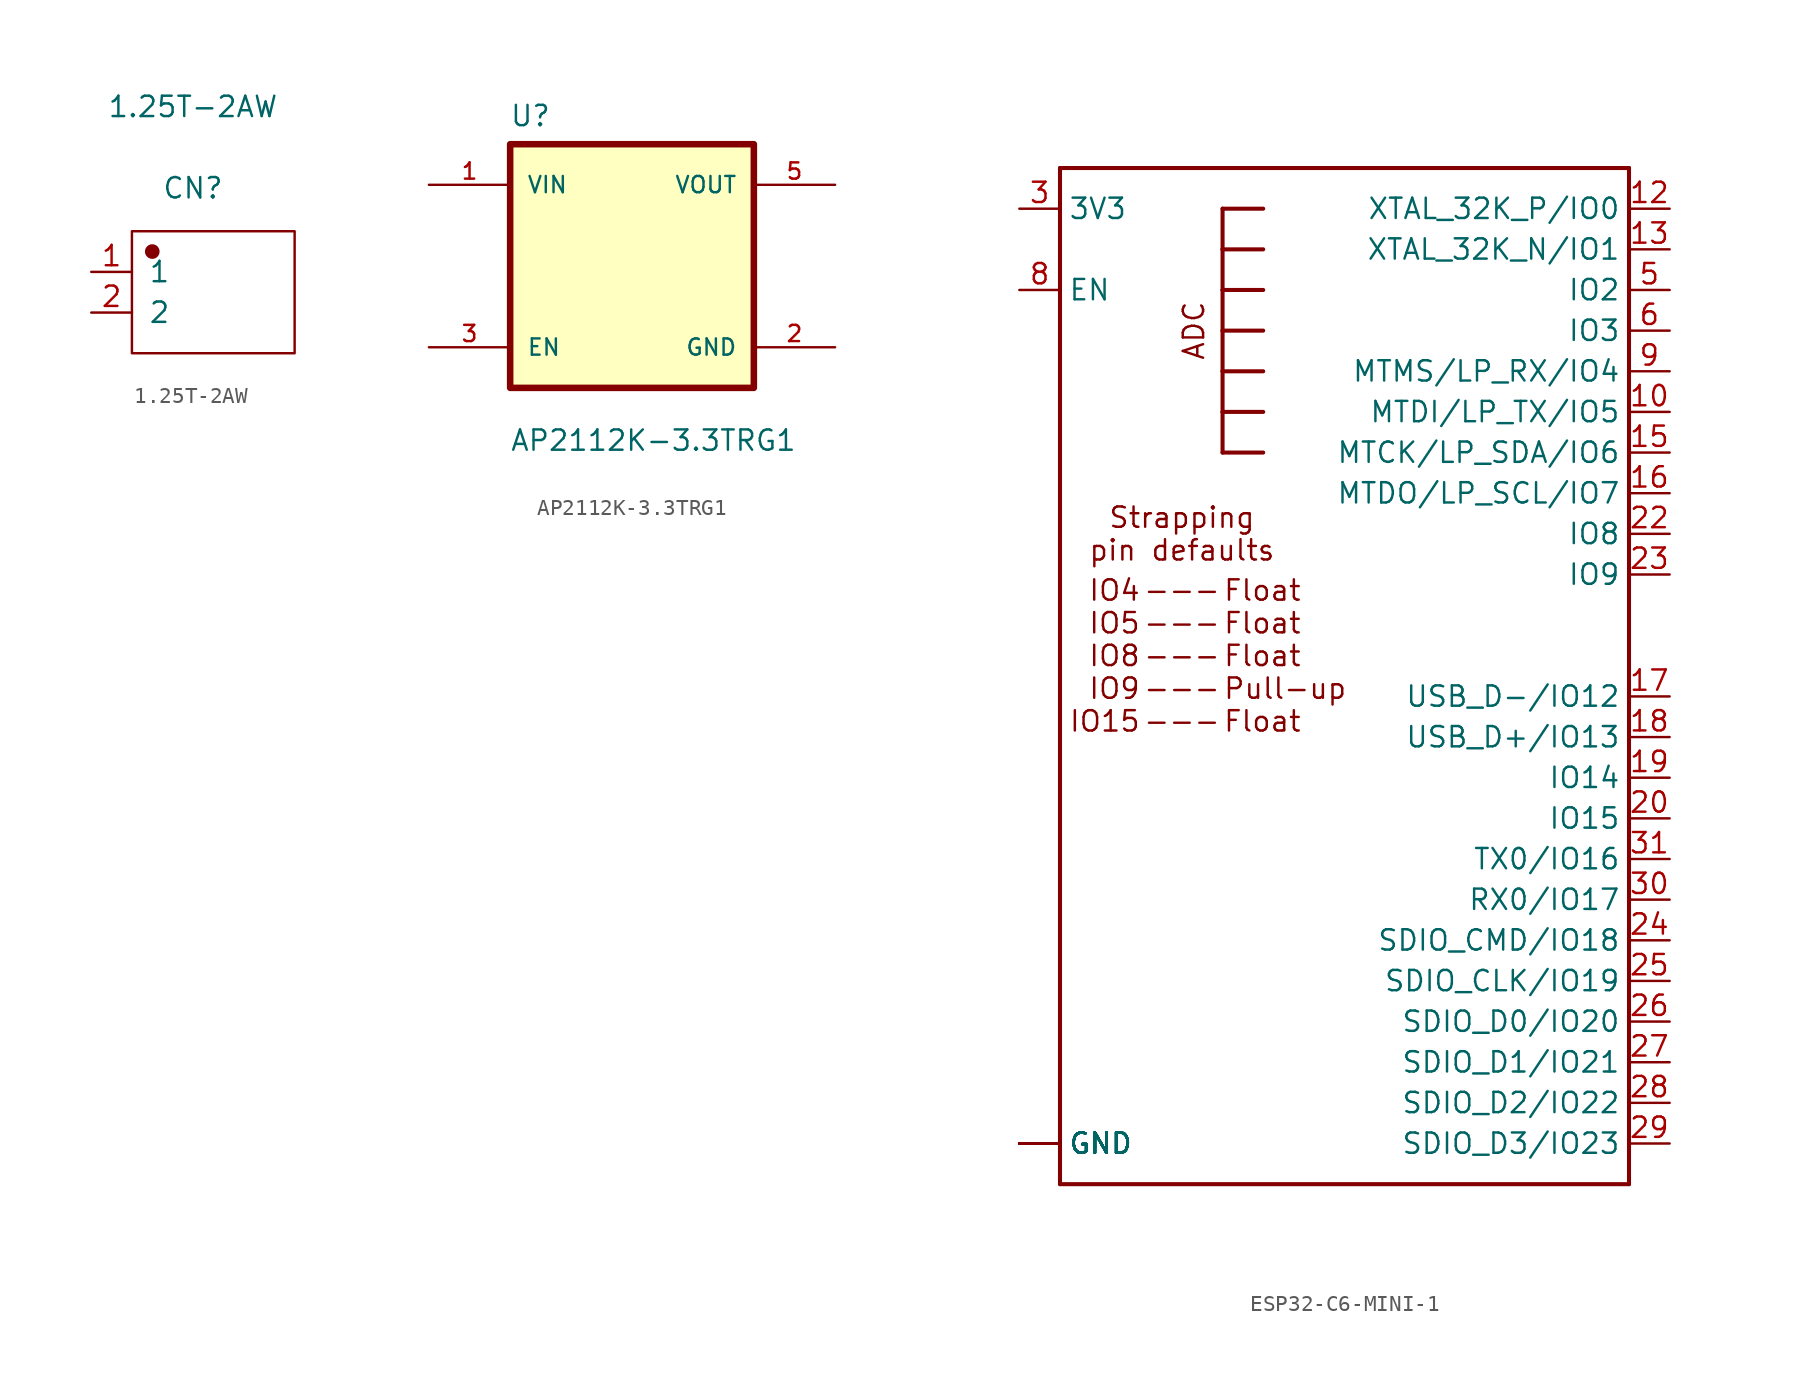
<source format=kicad_sym>
(kicad_symbol_lib
  (version 20231120)
  (generator "kicad_symbol_editor")
  (generator_version "8.0")
  (symbol "1.25T-2AW"
    (pin_names
      (offset 1.016))
    (property "Reference" "CN"
      (at 0 6.502 0)
      (effects (font (size 1.27 1.27))))
    (property "Value" "1.25T-2AW"
      (at 0 11.582 0)
      (effects (font (size 1.27 1.27))))
    (symbol "1.25T-2AW_1_1"
      (rectangle (start -3.81 3.81) (end 6.35 -3.81) (stroke (width 0.152) (type solid)) (fill (type none)))
      (circle (center -2.54 2.54) (radius 0.381) (stroke (width 0.152) (type solid)) (fill (type outline)))
      (pin input line (at -6.35 1.27 0) (length 2.54) (name "1" (effects (font (size 1.27 1.27)))) (number "1" (effects (font (size 1.27 1.27)))))
      (pin input line (at -6.35 -1.27 0) (length 2.54) (name "2" (effects (font (size 1.27 1.27)))) (number "2" (effects (font (size 1.27 1.27)))))))
  (symbol "AP2112K-3.3TRG1"
    (pin_names
      (offset 1.016))
    (property "Reference" "U"
      (at -7.663 8.648 0)
      (effects (font (size 1.27 1.27)) (justify left bottom)))
    (property "Value" "AP2112K-3.3TRG1"
      (at -7.649 -11.651 0)
      (effects (font (size 1.27 1.27)) (justify left bottom)))
    (symbol "AP2112K-3.3TRG1_0_0"
      (rectangle (start -7.62 -7.62) (end 7.62 7.62) (stroke (width 0.41) (type default)) (fill (type background)))
      (pin power_in line (at -12.7 5.08 0) (length 5.08) (name "VIN" (effects (font (size 1.016 1.016)))) (number "1" (effects (font (size 1.016 1.016)))))
      (pin power_in line (at 12.7 -5.08 180) (length 5.08) (name "GND" (effects (font (size 1.016 1.016)))) (number "2" (effects (font (size 1.016 1.016)))))
      (pin input line (at -12.7 -5.08 0) (length 5.08) (name "EN" (effects (font (size 1.016 1.016)))) (number "3" (effects (font (size 1.016 1.016)))))
      (pin power_in line (at 12.7 5.08 180) (length 5.08) (name "VOUT" (effects (font (size 1.016 1.016)))) (number "5" (effects (font (size 1.016 1.016)))))))
  (symbol "ESP32-C6-MINI-1"
    (property "Reference" "U8"
      (at -17.78 33.02 0)
      (effects (font (size 1.778 1.778)) (justify left top) (hide yes)))
    (symbol "ESP32-C6-MINI-1_1_0"
      (polyline (pts (xy -17.78 -33.02) (xy 17.78 -33.02)) (stroke (width 0.254) (type solid)) (fill (type none)))
      (polyline (pts (xy -17.78 30.48) (xy -17.78 -33.02)) (stroke (width 0.254) (type solid)) (fill (type none)))
      (polyline (pts (xy -7.62 12.7) (xy -7.62 15.24)) (stroke (width 0.254) (type solid)) (fill (type none)))
      (polyline (pts (xy -7.62 15.24) (xy -7.62 17.78)) (stroke (width 0.254) (type solid)) (fill (type none)))
      (polyline (pts (xy -7.62 15.24) (xy -5.08 15.24)) (stroke (width 0.254) (type solid)) (fill (type none)))
      (polyline (pts (xy -7.62 17.78) (xy -7.62 20.32)) (stroke (width 0.254) (type solid)) (fill (type none)))
      (polyline (pts (xy -7.62 17.78) (xy -5.08 17.78)) (stroke (width 0.254) (type solid)) (fill (type none)))
      (polyline (pts (xy -7.62 20.32) (xy -7.62 22.86)) (stroke (width 0.254) (type solid)) (fill (type none)))
      (polyline (pts (xy -7.62 20.32) (xy -5.08 20.32)) (stroke (width 0.254) (type solid)) (fill (type none)))
      (polyline (pts (xy -7.62 22.86) (xy -7.62 25.4)) (stroke (width 0.254) (type solid)) (fill (type none)))
      (polyline (pts (xy -7.62 22.86) (xy -5.08 22.86)) (stroke (width 0.254) (type solid)) (fill (type none)))
      (polyline (pts (xy -7.62 25.4) (xy -7.62 27.94)) (stroke (width 0.254) (type solid)) (fill (type none)))
      (polyline (pts (xy -7.62 25.4) (xy -5.08 25.4)) (stroke (width 0.254) (type solid)) (fill (type none)))
      (polyline (pts (xy -7.62 27.94) (xy -5.08 27.94)) (stroke (width 0.254) (type solid)) (fill (type none)))
      (polyline (pts (xy -5.08 12.7) (xy -7.62 12.7)) (stroke (width 0.254) (type solid)) (fill (type none)))
      (polyline (pts (xy 17.78 -33.02) (xy 17.78 30.48)) (stroke (width 0.254) (type solid)) (fill (type none)))
      (polyline (pts (xy 17.78 30.48) (xy -17.78 30.48)) (stroke (width 0.254) (type solid)) (fill (type none)))
      (text "---\n---\n---\n---\n---" (at -10.16 0 0) (effects (font (size 1.27 1.27))))
      (text "ADC" (at -10.16 20.32 900) (effects (font (size 1.27 1.27)) (justify top)))
      (text "Float\nFloat\nFloat\nPull-up\nFloat" (at -7.62 0 0) (effects (font (size 1.27 1.27)) (justify left)))
      (text "IO4\nIO5\nIO8\nIO9\nIO15" (at -12.7 0 0) (effects (font (size 1.27 1.27)) (justify right)))
      (text "Strapping\npin defaults" (at -10.16 7.62 0) (effects (font (size 1.27 1.27))))
      (pin bidirectional line (at -20.32 -30.48 0) (length 2.54) (name "GND" (effects (font (size 1.27 1.27)))) (number "1" (effects (font (size 0 0)))))
      (pin bidirectional line (at 20.32 15.24 180) (length 2.54) (name "MTDI/LP_TX/IO5" (effects (font (size 1.27 1.27)))) (number "10" (effects (font (size 1.27 1.27)))))
      (pin bidirectional line (at -20.32 -30.48 0) (length 2.54) (name "GND" (effects (font (size 1.27 1.27)))) (number "11" (effects (font (size 0 0)))))
      (pin bidirectional line (at 20.32 27.94 180) (length 2.54) (name "XTAL_32K_P/IO0" (effects (font (size 1.27 1.27)))) (number "12" (effects (font (size 1.27 1.27)))))
      (pin bidirectional line (at 20.32 25.4 180) (length 2.54) (name "XTAL_32K_N/IO1" (effects (font (size 1.27 1.27)))) (number "13" (effects (font (size 1.27 1.27)))))
      (pin bidirectional line (at -20.32 -30.48 0) (length 2.54) (name "GND" (effects (font (size 1.27 1.27)))) (number "14" (effects (font (size 0 0)))))
      (pin bidirectional line (at 20.32 12.7 180) (length 2.54) (name "MTCK/LP_SDA/IO6" (effects (font (size 1.27 1.27)))) (number "15" (effects (font (size 1.27 1.27)))))
      (pin bidirectional line (at 20.32 10.16 180) (length 2.54) (name "MTDO/LP_SCL/IO7" (effects (font (size 1.27 1.27)))) (number "16" (effects (font (size 1.27 1.27)))))
      (pin bidirectional line (at 20.32 -2.54 180) (length 2.54) (name "USB_D-/IO12" (effects (font (size 1.27 1.27)))) (number "17" (effects (font (size 1.27 1.27)))))
      (pin bidirectional line (at 20.32 -5.08 180) (length 2.54) (name "USB_D+/IO13" (effects (font (size 1.27 1.27)))) (number "18" (effects (font (size 1.27 1.27)))))
      (pin bidirectional line (at 20.32 -7.62 180) (length 2.54) (name "IO14" (effects (font (size 1.27 1.27)))) (number "19" (effects (font (size 1.27 1.27)))))
      (pin bidirectional line (at -20.32 -30.48 0) (length 2.54) (name "GND" (effects (font (size 1.27 1.27)))) (number "2" (effects (font (size 0 0)))))
      (pin bidirectional line (at 20.32 -10.16 180) (length 2.54) (name "IO15" (effects (font (size 1.27 1.27)))) (number "20" (effects (font (size 1.27 1.27)))))
      (pin bidirectional line (at 20.32 7.62 180) (length 2.54) (name "IO8" (effects (font (size 1.27 1.27)))) (number "22" (effects (font (size 1.27 1.27)))))
      (pin bidirectional line (at 20.32 5.08 180) (length 2.54) (name "IO9" (effects (font (size 1.27 1.27)))) (number "23" (effects (font (size 1.27 1.27)))))
      (pin bidirectional line (at 20.32 -17.78 180) (length 2.54) (name "SDIO_CMD/IO18" (effects (font (size 1.27 1.27)))) (number "24" (effects (font (size 1.27 1.27)))))
      (pin bidirectional line (at 20.32 -20.32 180) (length 2.54) (name "SDIO_CLK/IO19" (effects (font (size 1.27 1.27)))) (number "25" (effects (font (size 1.27 1.27)))))
      (pin bidirectional line (at 20.32 -22.86 180) (length 2.54) (name "SDIO_D0/IO20" (effects (font (size 1.27 1.27)))) (number "26" (effects (font (size 1.27 1.27)))))
      (pin bidirectional line (at 20.32 -25.4 180) (length 2.54) (name "SDIO_D1/IO21" (effects (font (size 1.27 1.27)))) (number "27" (effects (font (size 1.27 1.27)))))
      (pin bidirectional line (at 20.32 -27.94 180) (length 2.54) (name "SDIO_D2/IO22" (effects (font (size 1.27 1.27)))) (number "28" (effects (font (size 1.27 1.27)))))
      (pin bidirectional line (at 20.32 -30.48 180) (length 2.54) (name "SDIO_D3/IO23" (effects (font (size 1.27 1.27)))) (number "29" (effects (font (size 1.27 1.27)))))
      (pin bidirectional line (at -20.32 27.94 0) (length 2.54) (name "3V3" (effects (font (size 1.27 1.27)))) (number "3" (effects (font (size 1.27 1.27)))))
      (pin bidirectional line (at 20.32 -15.24 180) (length 2.54) (name "RX0/IO17" (effects (font (size 1.27 1.27)))) (number "30" (effects (font (size 1.27 1.27)))))
      (pin bidirectional line (at 20.32 -12.7 180) (length 2.54) (name "TX0/IO16" (effects (font (size 1.27 1.27)))) (number "31" (effects (font (size 1.27 1.27)))))
      (pin bidirectional line (at -20.32 -30.48 0) (length 2.54) (name "GND" (effects (font (size 1.27 1.27)))) (number "36" (effects (font (size 0 0)))))
      (pin bidirectional line (at -20.32 -30.48 0) (length 2.54) (name "GND" (effects (font (size 1.27 1.27)))) (number "37" (effects (font (size 0 0)))))
      (pin bidirectional line (at -20.32 -30.48 0) (length 2.54) (name "GND" (effects (font (size 1.27 1.27)))) (number "38" (effects (font (size 0 0)))))
      (pin bidirectional line (at -20.32 -30.48 0) (length 2.54) (name "GND" (effects (font (size 1.27 1.27)))) (number "39" (effects (font (size 0 0)))))
      (pin bidirectional line (at -20.32 -30.48 0) (length 2.54) (name "GND" (effects (font (size 1.27 1.27)))) (number "40" (effects (font (size 0 0)))))
      (pin bidirectional line (at -20.32 -30.48 0) (length 2.54) (name "GND" (effects (font (size 1.27 1.27)))) (number "41" (effects (font (size 0 0)))))
      (pin bidirectional line (at -20.32 -30.48 0) (length 2.54) (name "GND" (effects (font (size 1.27 1.27)))) (number "42" (effects (font (size 0 0)))))
      (pin bidirectional line (at -20.32 -30.48 0) (length 2.54) (name "GND" (effects (font (size 1.27 1.27)))) (number "43" (effects (font (size 0 0)))))
      (pin bidirectional line (at -20.32 -30.48 0) (length 2.54) (name "GND" (effects (font (size 1.27 1.27)))) (number "44" (effects (font (size 0 0)))))
      (pin bidirectional line (at -20.32 -30.48 0) (length 2.54) (name "GND" (effects (font (size 1.27 1.27)))) (number "45" (effects (font (size 0 0)))))
      (pin bidirectional line (at -20.32 -30.48 0) (length 2.54) (name "GND" (effects (font (size 1.27 1.27)))) (number "46" (effects (font (size 0 0)))))
      (pin bidirectional line (at -20.32 -30.48 0) (length 2.54) (name "GND" (effects (font (size 1.27 1.27)))) (number "47" (effects (font (size 0 0)))))
      (pin bidirectional line (at -20.32 -30.48 0) (length 2.54) (name "GND" (effects (font (size 1.27 1.27)))) (number "48" (effects (font (size 0 0)))))
      (pin bidirectional line (at -20.32 -30.48 0) (length 2.54) (name "GND" (effects (font (size 1.27 1.27)))) (number "49" (effects (font (size 0 0)))))
      (pin bidirectional line (at 20.32 22.86 180) (length 2.54) (name "IO2" (effects (font (size 1.27 1.27)))) (number "5" (effects (font (size 1.27 1.27)))))
      (pin bidirectional line (at -20.32 -30.48 0) (length 2.54) (name "GND" (effects (font (size 1.27 1.27)))) (number "50" (effects (font (size 0 0)))))
      (pin bidirectional line (at -20.32 -30.48 0) (length 2.54) (name "GND" (effects (font (size 1.27 1.27)))) (number "51" (effects (font (size 0 0)))))
      (pin bidirectional line (at -20.32 -30.48 0) (length 2.54) (name "GND" (effects (font (size 1.27 1.27)))) (number "52" (effects (font (size 0 0)))))
      (pin bidirectional line (at -20.32 -30.48 0) (length 2.54) (name "GND" (effects (font (size 1.27 1.27)))) (number "53" (effects (font (size 0 0)))))
      (pin bidirectional line (at 20.32 20.32 180) (length 2.54) (name "IO3" (effects (font (size 1.27 1.27)))) (number "6" (effects (font (size 1.27 1.27)))))
      (pin bidirectional line (at -20.32 22.86 0) (length 2.54) (name "EN" (effects (font (size 1.27 1.27)))) (number "8" (effects (font (size 1.27 1.27)))))
      (pin bidirectional line (at 20.32 17.78 180) (length 2.54) (name "MTMS/LP_RX/IO4" (effects (font (size 1.27 1.27)))) (number "9" (effects (font (size 1.27 1.27))))))))
</source>
